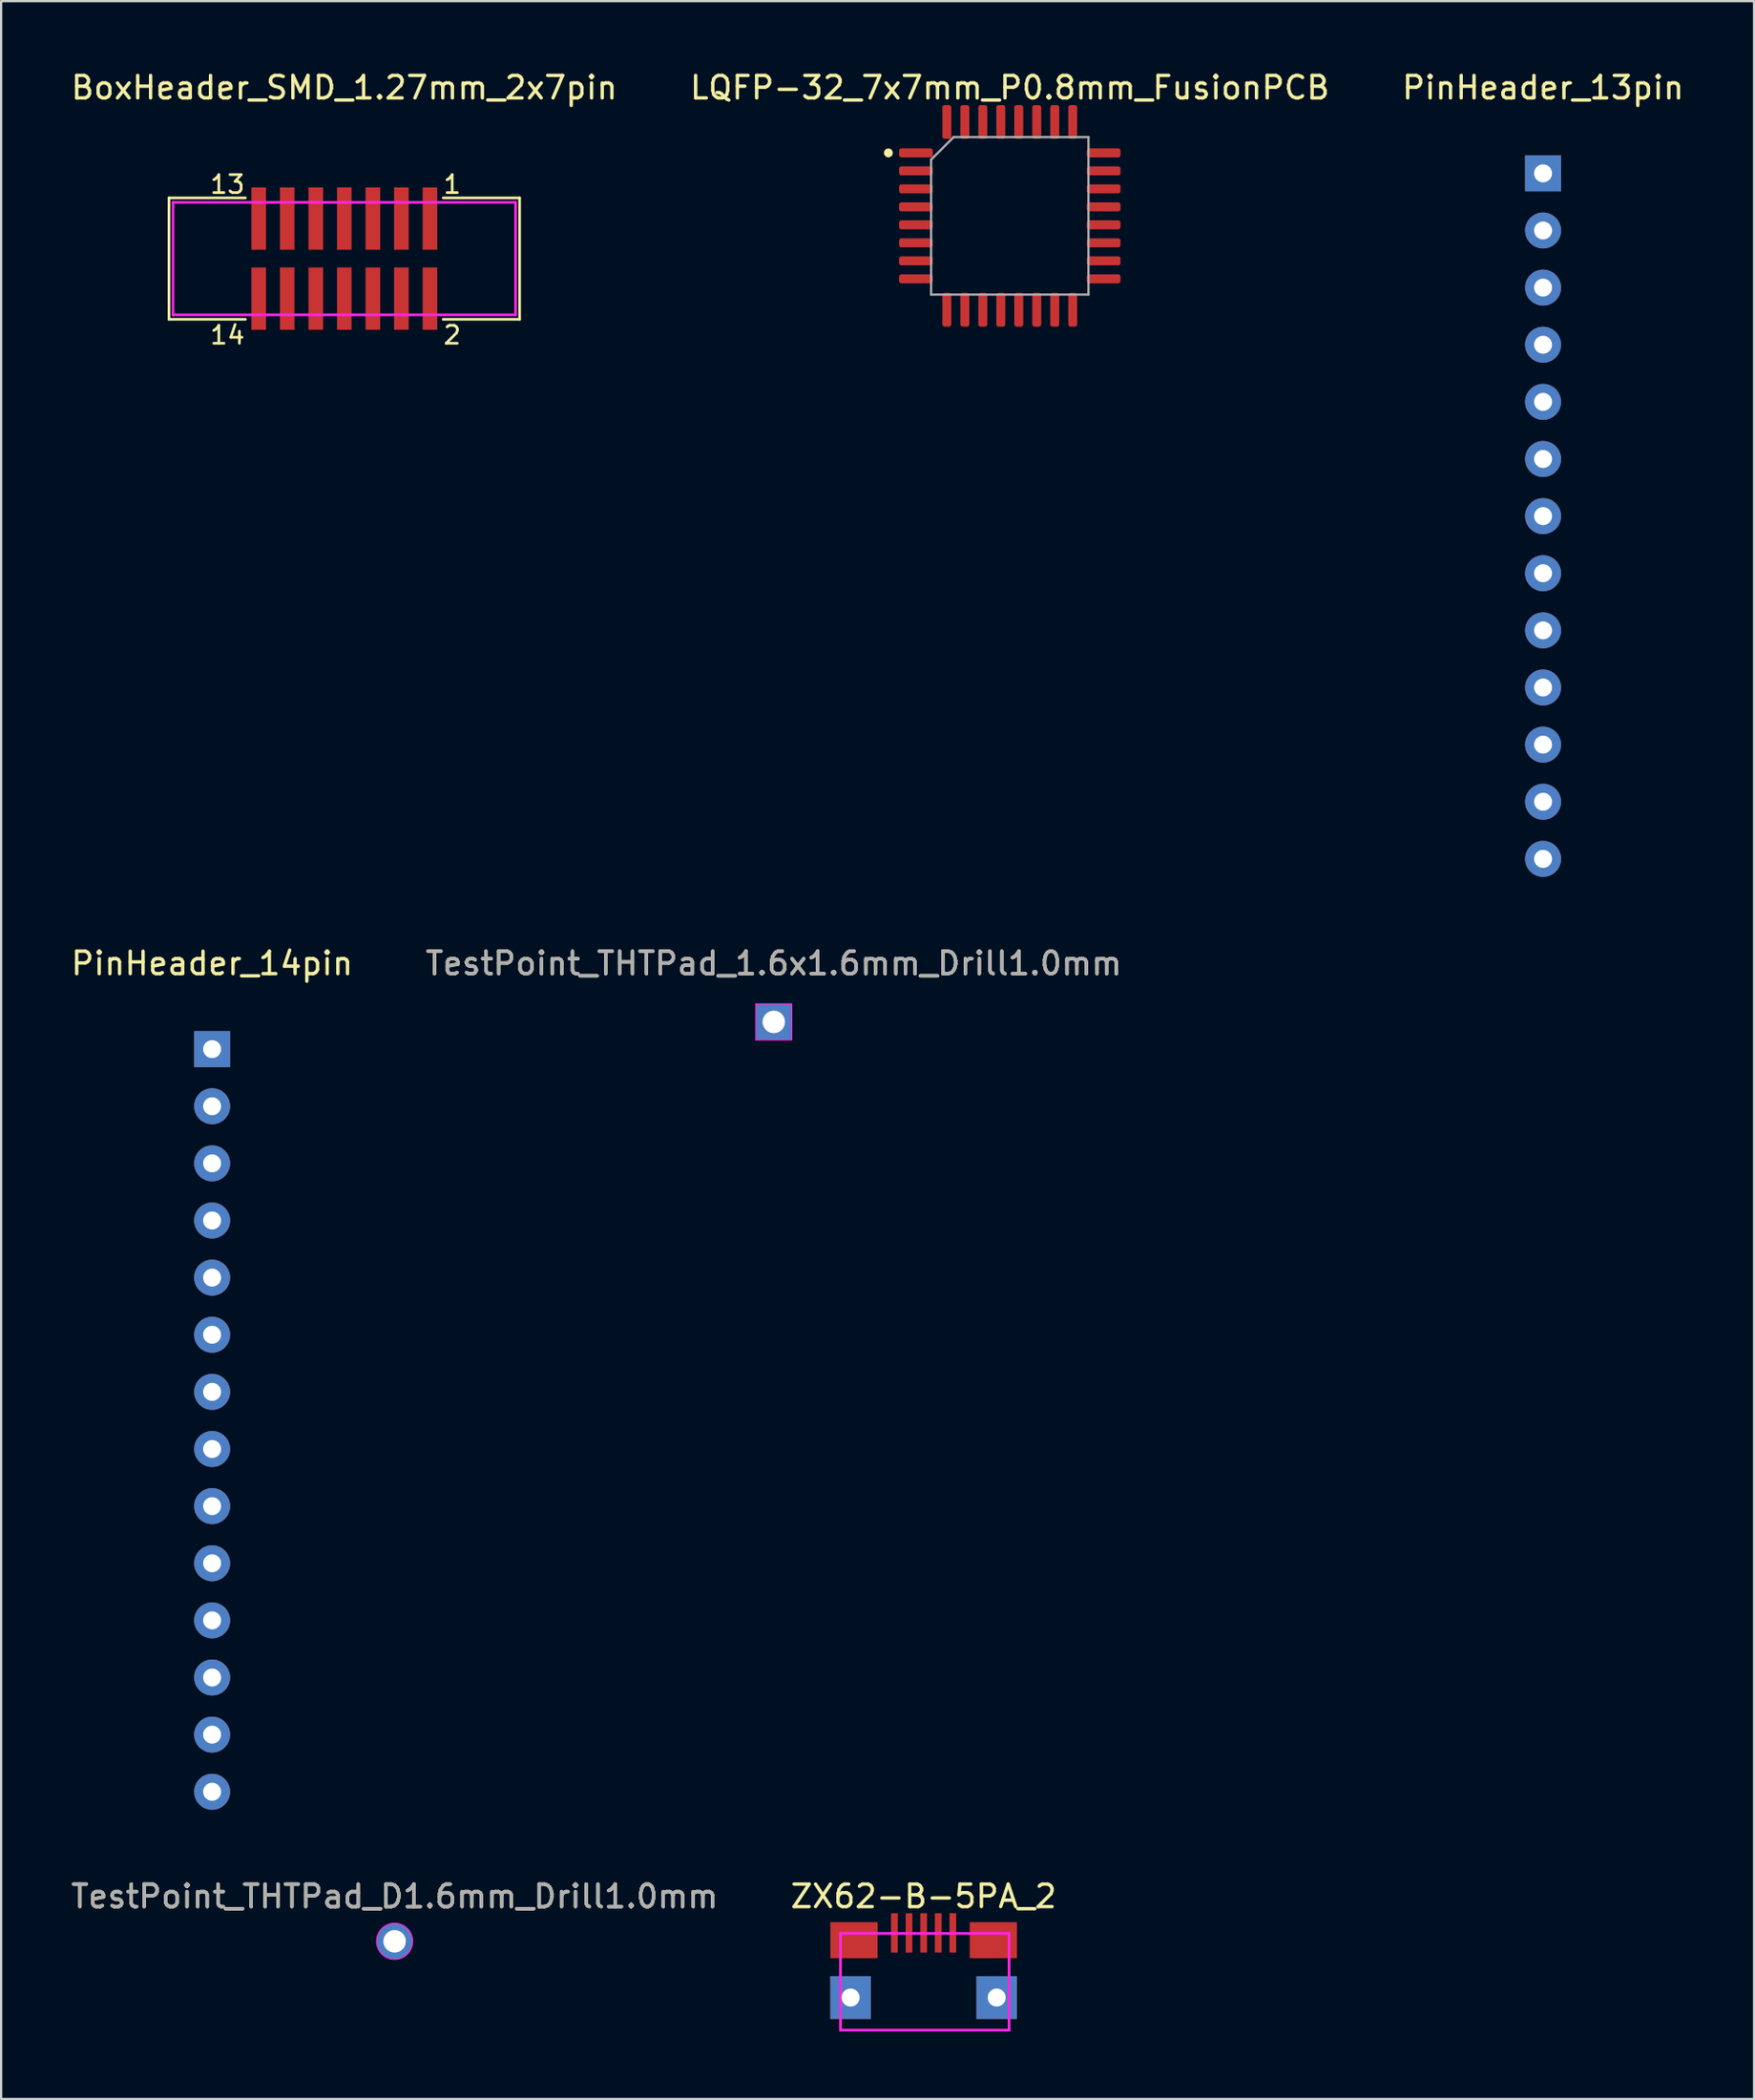
<source format=kicad_pcb>
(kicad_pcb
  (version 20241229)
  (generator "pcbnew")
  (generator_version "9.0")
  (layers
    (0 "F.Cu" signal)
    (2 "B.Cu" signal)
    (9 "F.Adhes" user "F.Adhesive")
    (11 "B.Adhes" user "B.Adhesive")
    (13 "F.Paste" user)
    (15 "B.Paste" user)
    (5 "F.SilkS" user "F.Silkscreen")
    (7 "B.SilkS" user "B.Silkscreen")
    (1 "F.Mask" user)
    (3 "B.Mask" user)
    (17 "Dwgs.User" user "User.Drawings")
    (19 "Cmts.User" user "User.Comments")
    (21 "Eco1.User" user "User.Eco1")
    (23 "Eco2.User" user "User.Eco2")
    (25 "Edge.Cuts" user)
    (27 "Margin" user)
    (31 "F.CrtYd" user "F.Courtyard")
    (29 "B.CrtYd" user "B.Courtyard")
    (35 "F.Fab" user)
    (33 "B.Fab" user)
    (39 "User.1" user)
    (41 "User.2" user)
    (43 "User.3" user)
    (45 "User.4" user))
  (footprint "TestPoint_THTPad_1.6x1.6mm_Drill1.0mm"
    (layer "F.Cu")
    (at 31.375 42.386)
    (property "Reference" "TestPoint_THTPad_1.6x1.6mm_Drill1.0mm" (at 0 -2.6 0) (layer "F.SilkS") (effects (font (size 1 1) (thickness 0.15))))
    (attr exclude_from_pos_files exclude_from_bom)
    (fp_line (start -0.8 -0.8) (end -0.8 0.8) (stroke (width 0.05) (type solid)) (layer "F.CrtYd"))
    (fp_line (start -0.8 -0.8) (end 0.8 -0.8) (stroke (width 0.05) (type solid)) (layer "F.CrtYd"))
    (fp_line (start 0.8 0.8) (end -0.8 0.8) (stroke (width 0.05) (type solid)) (layer "F.CrtYd"))
    (fp_line (start 0.8 0.8) (end 0.8 -0.8) (stroke (width 0.05) (type solid)) (layer "F.CrtYd"))
    (fp_text user "${REFERENCE}" (at 0 -2.6 0) (layer "F.Fab") (effects (font (size 1 1) (thickness 0.15))))
    (pad "1" thru_hole rect (at 0 0) (size 1.6 1.6) (drill 1) (layers "*.Cu" "*.Mask")))
  (footprint "ZX62-B-5PA_2"
    (layer "F.Cu")
    (at 38.042 85.765)
    (property "Reference" "ZX62-B-5PA_2" (at 0 -4.5 0) (layer "F.SilkS") (effects (font (size 1 1) (thickness 0.15))))
    (attr through_hole)
    (fp_line (start -3.7 -2.85) (end 3.8 -2.85) (stroke (width 0.12) (type solid)) (layer "F.CrtYd"))
    (fp_line (start -3.7 1.45) (end -3.7 -2.85) (stroke (width 0.12) (type solid)) (layer "F.CrtYd"))
    (fp_line (start 3.8 -2.85) (end 3.8 1.45) (stroke (width 0.12) (type solid)) (layer "F.CrtYd"))
    (fp_line (start 3.8 1.45) (end -3.7 1.45) (stroke (width 0.12) (type solid)) (layer "F.CrtYd"))
    (pad "" smd rect (at -3.25 0) (size 1.8 1.9) (layers "F.Paste"))
    (pad "" smd rect (at 3.25 0) (size 1.8 1.9) (layers "F.Paste"))
    (pad "1" smd rect (at -1.3 -2.875) (size 0.3 1.75) (layers "F.Cu" "F.Mask" "F.Paste"))
    (pad "2" smd rect (at -0.65 -2.875) (size 0.3 1.75) (layers "F.Cu" "F.Mask" "F.Paste"))
    (pad "3" smd rect (at 0 -2.875) (size 0.3 1.75) (layers "F.Cu" "F.Mask" "F.Paste"))
    (pad "4" smd rect (at 0.65 -2.875) (size 0.3 1.75) (layers "F.Cu" "F.Mask" "F.Paste"))
    (pad "5" smd rect (at 1.3 -2.875) (size 0.3 1.75) (layers "F.Cu" "F.Mask" "F.Paste"))
    (pad "6" thru_hole rect (at -3.25 0) (size 1.8 1.9) (drill 0.8) (layers "*.Cu" "*.Mask"))
    (pad "6" smd rect (at -3.1 -2.55) (size 2.1 1.6) (layers "F.Cu" "F.Mask" "F.Paste"))
    (pad "6" smd rect (at 3.1 -2.55) (size 2.1 1.6) (layers "F.Cu" "F.Mask" "F.Paste"))
    (pad "6" thru_hole rect (at 3.25 0) (size 1.8 1.9) (drill 0.8) (layers "*.Cu" "*.Mask")))
  (footprint "PinHeader_14pin"
    (layer "F.Cu")
    (at 6.387 43.596)
    (property "Reference" "PinHeader_14pin" (at 0 -3.81 0) (layer "F.SilkS") (effects (font (size 1 1) (thickness 0.15))))
    (attr through_hole)
    (pad "1" thru_hole rect (at 0 0) (size 1.6 1.6) (drill 0.8) (layers "*.Cu" "*.Mask"))
    (pad "2" thru_hole circle (at 0 2.54) (size 1.6 1.6) (drill 0.8) (layers "*.Cu" "*.Mask"))
    (pad "3" thru_hole circle (at 0 5.08) (size 1.6 1.6) (drill 0.8) (layers "*.Cu" "*.Mask"))
    (pad "4" thru_hole circle (at 0 7.62) (size 1.6 1.6) (drill 0.8) (layers "*.Cu" "*.Mask"))
    (pad "5" thru_hole circle (at 0 10.16) (size 1.6 1.6) (drill 0.8) (layers "*.Cu" "*.Mask"))
    (pad "6" thru_hole circle (at 0 12.7) (size 1.6 1.6) (drill 0.8) (layers "*.Cu" "*.Mask"))
    (pad "7" thru_hole circle (at 0 15.24) (size 1.6 1.6) (drill 0.8) (layers "*.Cu" "*.Mask"))
    (pad "8" thru_hole circle (at 0 17.78) (size 1.6 1.6) (drill 0.8) (layers "*.Cu" "*.Mask"))
    (pad "9" thru_hole circle (at 0 20.32) (size 1.6 1.6) (drill 0.8) (layers "*.Cu" "*.Mask"))
    (pad "10" thru_hole circle (at 0 22.86) (size 1.6 1.6) (drill 0.8) (layers "*.Cu" "*.Mask"))
    (pad "11" thru_hole circle (at 0 25.4) (size 1.6 1.6) (drill 0.8) (layers "*.Cu" "*.Mask"))
    (pad "12" thru_hole circle (at 0 27.94) (size 1.6 1.6) (drill 0.8) (layers "*.Cu" "*.Mask"))
    (pad "13" thru_hole circle (at 0 30.48) (size 1.6 1.6) (drill 0.8) (layers "*.Cu" "*.Mask"))
    (pad "14" thru_hole circle (at 0 33.02) (size 1.6 1.6) (drill 0.8) (layers "*.Cu" "*.Mask")))
  (footprint "BoxHeader_SMD_1.27mm_2x7pin"
    (layer "F.Cu")
    (at 12.268 8.448)
    (property "Reference" "BoxHeader_SMD_1.27mm_2x7pin" (at 0 -7.6 0) (layer "F.SilkS") (effects (font (size 1 1) (thickness 0.15))))
    (attr through_hole)
    (fp_line (start -7.8 -2.7) (end -7.8 2.7) (stroke (width 0.12) (type solid)) (layer "F.SilkS"))
    (fp_line (start -7.8 2.7) (end -4.4 2.7) (stroke (width 0.12) (type solid)) (layer "F.SilkS"))
    (fp_line (start -4.4 -2.7) (end -7.8 -2.7) (stroke (width 0.12) (type solid)) (layer "F.SilkS"))
    (fp_line (start 7.8 -2.7) (end 4.4 -2.7) (stroke (width 0.12) (type solid)) (layer "F.SilkS"))
    (fp_line (start 7.8 -2.7) (end 7.8 2.7) (stroke (width 0.12) (type solid)) (layer "F.SilkS"))
    (fp_line (start 7.8 2.7) (end 4.4 2.7) (stroke (width 0.12) (type solid)) (layer "F.SilkS"))
    (fp_line (start -7.62 -2.5) (end 7.62 -2.5) (stroke (width 0.12) (type solid)) (layer "F.CrtYd"))
    (fp_line (start -7.62 2.5) (end -7.62 -2.5) (stroke (width 0.12) (type solid)) (layer "F.CrtYd"))
    (fp_line (start 7.62 -2.5) (end 7.62 2.5) (stroke (width 0.12) (type solid)) (layer "F.CrtYd"))
    (fp_line (start 7.62 2.5) (end -7.62 2.5) (stroke (width 0.12) (type solid)) (layer "F.CrtYd"))
    (fp_text user "14" (at -5.2 3.4 0) (layer "F.SilkS") (effects (font (size 0.8 0.8) (thickness 0.12))))
    (fp_text user "13" (at -5.2 -3.3 0) (layer "F.SilkS") (effects (font (size 0.8 0.8) (thickness 0.12))))
    (fp_text user "2" (at 4.8 3.4 0) (layer "F.SilkS") (effects (font (size 0.8 0.8) (thickness 0.12))))
    (fp_text user "1" (at 4.8 -3.3 0) (layer "F.SilkS") (effects (font (size 0.8 0.8) (thickness 0.12))))
    (pad "1" smd rect (at 3.81 -1.778) (size 0.65 2.77) (layers "F.Cu" "F.Mask" "F.Paste"))
    (pad "2" smd rect (at 3.81 1.778) (size 0.65 2.77) (layers "F.Cu" "F.Mask" "F.Paste"))
    (pad "3" smd rect (at 2.54 -1.778) (size 0.65 2.77) (layers "F.Cu" "F.Mask" "F.Paste"))
    (pad "4" smd rect (at 2.54 1.778) (size 0.65 2.77) (layers "F.Cu" "F.Mask" "F.Paste"))
    (pad "5" smd rect (at 1.27 -1.778) (size 0.65 2.77) (layers "F.Cu" "F.Mask" "F.Paste"))
    (pad "6" smd rect (at 1.27 1.778) (size 0.65 2.77) (layers "F.Cu" "F.Mask" "F.Paste"))
    (pad "7" smd rect (at 0 -1.778) (size 0.65 2.77) (layers "F.Cu" "F.Mask" "F.Paste"))
    (pad "8" smd rect (at 0 1.778) (size 0.65 2.77) (layers "F.Cu" "F.Mask" "F.Paste"))
    (pad "9" smd rect (at -1.27 -1.778) (size 0.65 2.77) (layers "F.Cu" "F.Mask" "F.Paste"))
    (pad "10" smd rect (at -1.27 1.778) (size 0.65 2.77) (layers "F.Cu" "F.Mask" "F.Paste"))
    (pad "11" smd rect (at -2.54 -1.778) (size 0.65 2.77) (layers "F.Cu" "F.Mask" "F.Paste"))
    (pad "12" smd rect (at -2.54 1.778) (size 0.65 2.77) (layers "F.Cu" "F.Mask" "F.Paste"))
    (pad "13" smd rect (at -3.81 -1.778) (size 0.65 2.77) (layers "F.Cu" "F.Mask" "F.Paste"))
    (pad "14" smd rect (at -3.81 1.778) (size 0.65 2.77) (layers "F.Cu" "F.Mask" "F.Paste")))
  (footprint "PinHeader_13pin"
    (layer "F.Cu")
    (at 65.601 4.658)
    (property "Reference" "PinHeader_13pin" (at 0 -3.81 0) (layer "F.SilkS") (effects (font (size 1 1) (thickness 0.15))))
    (attr through_hole)
    (pad "1" thru_hole rect (at 0 0) (size 1.6 1.6) (drill 0.8) (layers "*.Cu" "*.Mask"))
    (pad "2" thru_hole circle (at 0 2.54) (size 1.6 1.6) (drill 0.8) (layers "*.Cu" "*.Mask"))
    (pad "3" thru_hole circle (at 0 5.08) (size 1.6 1.6) (drill 0.8) (layers "*.Cu" "*.Mask"))
    (pad "4" thru_hole circle (at 0 7.62) (size 1.6 1.6) (drill 0.8) (layers "*.Cu" "*.Mask"))
    (pad "5" thru_hole circle (at 0 10.16) (size 1.6 1.6) (drill 0.8) (layers "*.Cu" "*.Mask"))
    (pad "6" thru_hole circle (at 0 12.7) (size 1.6 1.6) (drill 0.8) (layers "*.Cu" "*.Mask"))
    (pad "7" thru_hole circle (at 0 15.24) (size 1.6 1.6) (drill 0.8) (layers "*.Cu" "*.Mask"))
    (pad "8" thru_hole circle (at 0 17.78) (size 1.6 1.6) (drill 0.8) (layers "*.Cu" "*.Mask"))
    (pad "9" thru_hole circle (at 0 20.32) (size 1.6 1.6) (drill 0.8) (layers "*.Cu" "*.Mask"))
    (pad "10" thru_hole circle (at 0 22.86) (size 1.6 1.6) (drill 0.8) (layers "*.Cu" "*.Mask"))
    (pad "11" thru_hole circle (at 0 25.4) (size 1.6 1.6) (drill 0.8) (layers "*.Cu" "*.Mask"))
    (pad "12" thru_hole circle (at 0 27.94) (size 1.6 1.6) (drill 0.8) (layers "*.Cu" "*.Mask"))
    (pad "13" thru_hole circle (at 0 30.48) (size 1.6 1.6) (drill 0.8) (layers "*.Cu" "*.Mask")))
  (footprint "LQFP-32_7x7mm_P0.8mm_FusionPCB"
    (layer "F.Cu")
    (at 41.875 6.548)
    (property "Reference" "LQFP-32_7x7mm_P0.8mm_FusionPCB" (at 0 -5.7 0) (layer "F.SilkS") (effects (font (size 1 1) (thickness 0.15))))
    (attr smd)
    (fp_circle (center -5.4 -2.8) (end -5.3 -2.8) (stroke (width 0.2) (type solid)) (fill no) (layer "F.SilkS"))
    (fp_line (start -3.5 -2.5) (end -2.5 -3.5) (stroke (width 0.1) (type solid)) (layer "F.Fab"))
    (fp_line (start -3.5 3.5) (end -3.5 -2.5) (stroke (width 0.1) (type solid)) (layer "F.Fab"))
    (fp_line (start -2.5 -3.5) (end 3.5 -3.5) (stroke (width 0.1) (type solid)) (layer "F.Fab"))
    (fp_line (start 3.5 -3.5) (end 3.5 3.5) (stroke (width 0.1) (type solid)) (layer "F.Fab"))
    (fp_line (start 3.5 3.5) (end -3.5 3.5) (stroke (width 0.1) (type solid)) (layer "F.Fab"))
    (pad "1" smd roundrect (at -4.175 -2.8) (size 1.5 0.4) (layers "F.Cu" "F.Mask" "F.Paste") (roundrect_rratio 0.25))
    (pad "2" smd roundrect (at -4.175 -2) (size 1.5 0.4) (layers "F.Cu" "F.Mask" "F.Paste") (roundrect_rratio 0.25))
    (pad "3" smd roundrect (at -4.175 -1.2) (size 1.5 0.4) (layers "F.Cu" "F.Mask" "F.Paste") (roundrect_rratio 0.25))
    (pad "4" smd roundrect (at -4.175 -0.4) (size 1.5 0.4) (layers "F.Cu" "F.Mask" "F.Paste") (roundrect_rratio 0.25))
    (pad "5" smd roundrect (at -4.175 0.4) (size 1.5 0.4) (layers "F.Cu" "F.Mask" "F.Paste") (roundrect_rratio 0.25))
    (pad "6" smd roundrect (at -4.175 1.2) (size 1.5 0.4) (layers "F.Cu" "F.Mask" "F.Paste") (roundrect_rratio 0.25))
    (pad "7" smd roundrect (at -4.175 2) (size 1.5 0.4) (layers "F.Cu" "F.Mask" "F.Paste") (roundrect_rratio 0.25))
    (pad "8" smd roundrect (at -4.175 2.8) (size 1.5 0.4) (layers "F.Cu" "F.Mask" "F.Paste") (roundrect_rratio 0.25))
    (pad "9" smd roundrect (at -2.8 4.175) (size 0.4 1.5) (layers "F.Cu" "F.Mask" "F.Paste") (roundrect_rratio 0.25))
    (pad "10" smd roundrect (at -2 4.175) (size 0.4 1.5) (layers "F.Cu" "F.Mask" "F.Paste") (roundrect_rratio 0.25))
    (pad "11" smd roundrect (at -1.2 4.175) (size 0.4 1.5) (layers "F.Cu" "F.Mask" "F.Paste") (roundrect_rratio 0.25))
    (pad "12" smd roundrect (at -0.4 4.175) (size 0.4 1.5) (layers "F.Cu" "F.Mask" "F.Paste") (roundrect_rratio 0.25))
    (pad "13" smd roundrect (at 0.4 4.175) (size 0.4 1.5) (layers "F.Cu" "F.Mask" "F.Paste") (roundrect_rratio 0.25))
    (pad "14" smd roundrect (at 1.2 4.175) (size 0.4 1.5) (layers "F.Cu" "F.Mask" "F.Paste") (roundrect_rratio 0.25))
    (pad "15" smd roundrect (at 2 4.175) (size 0.4 1.5) (layers "F.Cu" "F.Mask" "F.Paste") (roundrect_rratio 0.25))
    (pad "16" smd roundrect (at 2.8 4.175) (size 0.4 1.5) (layers "F.Cu" "F.Mask" "F.Paste") (roundrect_rratio 0.25))
    (pad "17" smd roundrect (at 4.175 2.8) (size 1.5 0.4) (layers "F.Cu" "F.Mask" "F.Paste") (roundrect_rratio 0.25))
    (pad "18" smd roundrect (at 4.175 2) (size 1.5 0.4) (layers "F.Cu" "F.Mask" "F.Paste") (roundrect_rratio 0.25))
    (pad "19" smd roundrect (at 4.175 1.2) (size 1.5 0.4) (layers "F.Cu" "F.Mask" "F.Paste") (roundrect_rratio 0.25))
    (pad "20" smd roundrect (at 4.175 0.4) (size 1.5 0.4) (layers "F.Cu" "F.Mask" "F.Paste") (roundrect_rratio 0.25))
    (pad "21" smd roundrect (at 4.175 -0.4) (size 1.5 0.4) (layers "F.Cu" "F.Mask" "F.Paste") (roundrect_rratio 0.25))
    (pad "22" smd roundrect (at 4.175 -1.2) (size 1.5 0.4) (layers "F.Cu" "F.Mask" "F.Paste") (roundrect_rratio 0.25))
    (pad "23" smd roundrect (at 4.175 -2) (size 1.5 0.4) (layers "F.Cu" "F.Mask" "F.Paste") (roundrect_rratio 0.25))
    (pad "24" smd roundrect (at 4.175 -2.8) (size 1.5 0.4) (layers "F.Cu" "F.Mask" "F.Paste") (roundrect_rratio 0.25))
    (pad "25" smd roundrect (at 2.8 -4.175) (size 0.4 1.5) (layers "F.Cu" "F.Mask" "F.Paste") (roundrect_rratio 0.25))
    (pad "26" smd roundrect (at 2 -4.175) (size 0.4 1.5) (layers "F.Cu" "F.Mask" "F.Paste") (roundrect_rratio 0.25))
    (pad "27" smd roundrect (at 1.2 -4.175) (size 0.4 1.5) (layers "F.Cu" "F.Mask" "F.Paste") (roundrect_rratio 0.25))
    (pad "28" smd roundrect (at 0.4 -4.175) (size 0.4 1.5) (layers "F.Cu" "F.Mask" "F.Paste") (roundrect_rratio 0.25))
    (pad "29" smd roundrect (at -0.4 -4.175) (size 0.4 1.5) (layers "F.Cu" "F.Mask" "F.Paste") (roundrect_rratio 0.25))
    (pad "30" smd roundrect (at -1.2 -4.175) (size 0.4 1.5) (layers "F.Cu" "F.Mask" "F.Paste") (roundrect_rratio 0.25))
    (pad "31" smd roundrect (at -2 -4.175) (size 0.4 1.5) (layers "F.Cu" "F.Mask" "F.Paste") (roundrect_rratio 0.25))
    (pad "32" smd roundrect (at -2.8 -4.175) (size 0.4 1.5) (layers "F.Cu" "F.Mask" "F.Paste") (roundrect_rratio 0.25)))
  (footprint "TestPoint_THTPad_D1.6mm_Drill1.0mm"
    (layer "F.Cu")
    (at 14.506 83.265)
    (property "Reference" "TestPoint_THTPad_D1.6mm_Drill1.0mm" (at 0 -1.998 0) (layer "F.SilkS") (effects (font (size 1 1) (thickness 0.15))))
    (attr exclude_from_pos_files exclude_from_bom)
    (fp_circle (center 0 0) (end 0.8 0) (stroke (width 0.05) (type solid)) (fill no) (layer "F.CrtYd"))
    (fp_text user "${REFERENCE}" (at 0 -2 0) (layer "F.Fab") (effects (font (size 1 1) (thickness 0.15))))
    (pad "1" thru_hole circle (at 0 0) (size 1.6 1.6) (drill 1) (layers "*.Cu" "*.Mask")))
  (gr_rect
    (start -3 -3)
    (end 74.988 90.275)
    (stroke (width 0.1) (type default))
    (fill no)
    (layer "Edge.Cuts")))
</source>
